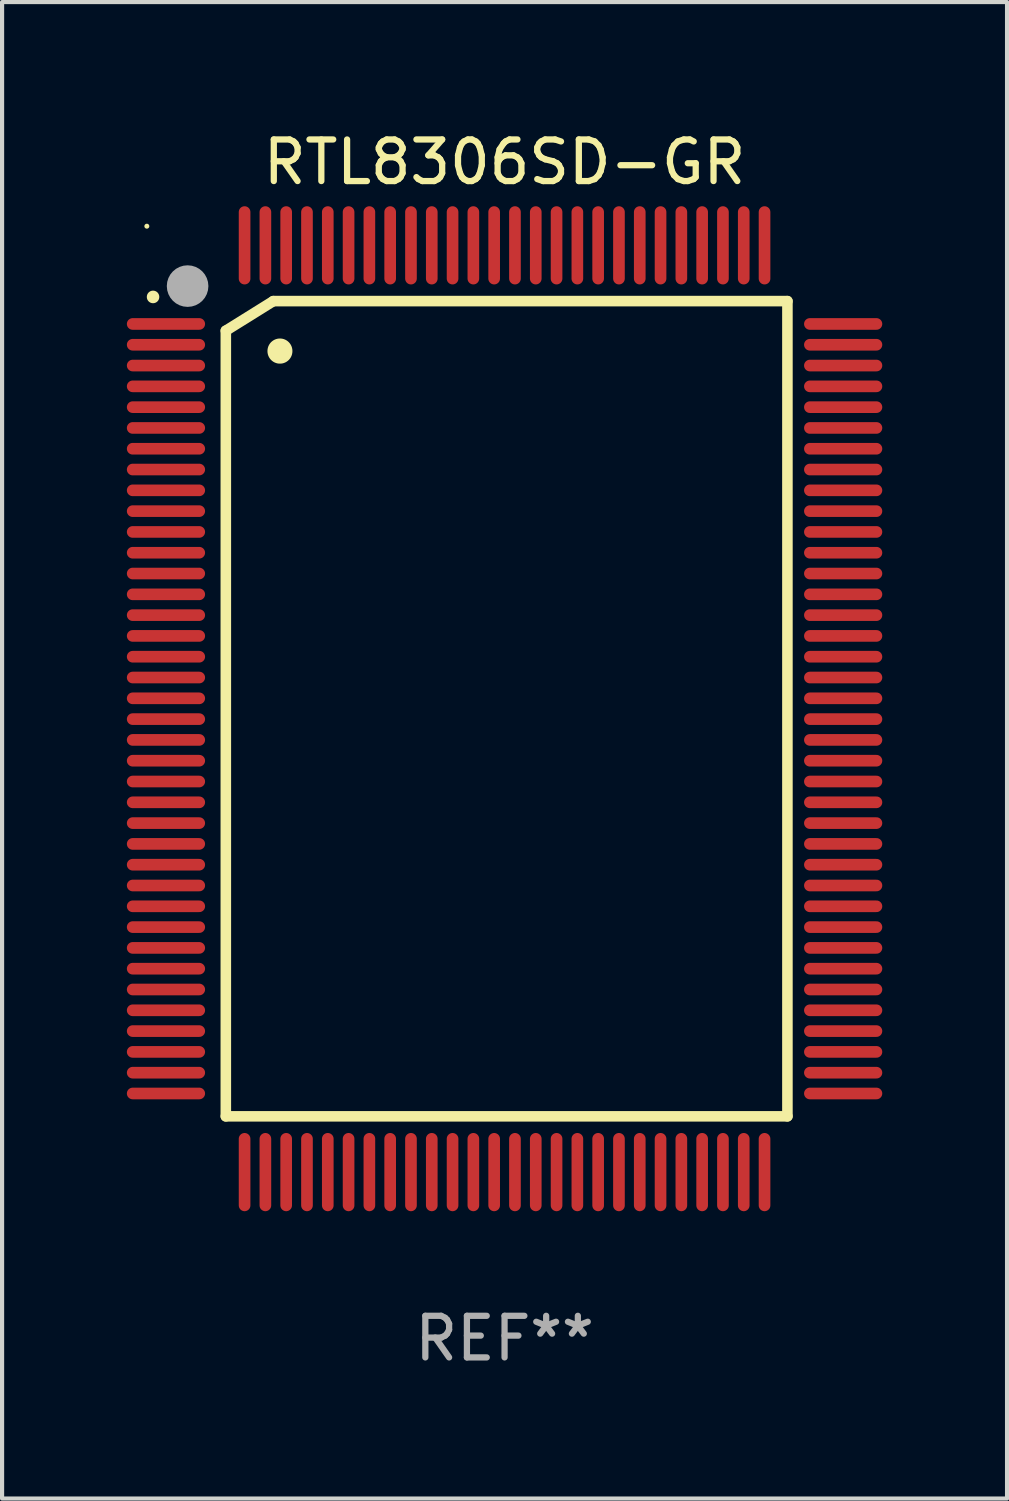
<source format=kicad_pcb>
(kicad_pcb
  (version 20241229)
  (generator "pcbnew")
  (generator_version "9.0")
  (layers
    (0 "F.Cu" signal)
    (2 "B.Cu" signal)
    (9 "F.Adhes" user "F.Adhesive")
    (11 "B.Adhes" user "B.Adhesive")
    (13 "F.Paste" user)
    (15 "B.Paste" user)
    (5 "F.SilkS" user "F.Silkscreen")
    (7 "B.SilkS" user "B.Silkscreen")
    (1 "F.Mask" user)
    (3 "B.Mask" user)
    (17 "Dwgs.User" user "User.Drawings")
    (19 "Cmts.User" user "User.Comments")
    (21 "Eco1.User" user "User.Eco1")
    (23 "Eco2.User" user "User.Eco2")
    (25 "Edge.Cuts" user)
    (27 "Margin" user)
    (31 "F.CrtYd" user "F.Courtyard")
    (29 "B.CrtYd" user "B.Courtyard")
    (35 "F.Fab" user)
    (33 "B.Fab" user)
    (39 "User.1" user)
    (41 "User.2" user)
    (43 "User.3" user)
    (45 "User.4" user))
  (footprint "RTL8306SD-GR"
    (layer "F.Cu")
    (at 9.08 13.988)
    (property "Reference" "RTL8306SD-GR" (at 0 -13.14 0) (layer "F.SilkS") (effects (font (size 1 1) (thickness 0.15))))
    (attr through_hole)
    (fp_line (start -6.701 -9.088) (end -6.701 9.799) (stroke (width 0.254) (type solid)) (layer "F.SilkS"))
    (fp_line (start -6.701 9.799) (end 6.8 9.799) (stroke (width 0.254) (type solid)) (layer "F.SilkS"))
    (fp_line (start -5.56 -9.799) (end -6.701 -9.088) (stroke (width 0.254) (type solid)) (layer "F.SilkS"))
    (fp_line (start 6.8 -9.799) (end -5.56 -9.799) (stroke (width 0.254) (type solid)) (layer "F.SilkS"))
    (fp_line (start 6.8 9.799) (end 6.8 -9.799) (stroke (width 0.254) (type solid)) (layer "F.SilkS"))
    (fp_arc (start -8.450597 -9.8984) (mid -8.450602 -9.89967) (end -8.450597 -9.90094) (stroke (width 0.3) (type solid)) (layer "F.SilkS"))
    (fp_arc (start -5.400051 -8.595377) (mid -5.400062 -8.597917) (end -5.400051 -8.600457) (stroke (width 0.6) (type solid)) (layer "F.SilkS"))
    (fp_circle (center -8.6 -11.6) (end -8.57 -11.6) (stroke (width 0.06) (type solid)) (fill no) (layer "F.SilkS"))
    (fp_circle (center -7.62 -10.16) (end -7.37 -10.16) (stroke (width 0.5) (type solid)) (fill no) (layer "F.Fab"))
    (fp_text user "REF**" (at 0 15.14 0) (layer "F.Fab") (effects (font (size 1 1) (thickness 0.15))))
    (pad "1" smd oval (at -8.14 -9.25 90) (size 0.28 1.88) (layers "F.Cu" "F.Mask" "F.Paste"))
    (pad "2" smd oval (at -8.14 -8.75 90) (size 0.28 1.88) (layers "F.Cu" "F.Mask" "F.Paste"))
    (pad "3" smd oval (at -8.14 -8.25 90) (size 0.28 1.88) (layers "F.Cu" "F.Mask" "F.Paste"))
    (pad "4" smd oval (at -8.14 -7.75 90) (size 0.28 1.88) (layers "F.Cu" "F.Mask" "F.Paste"))
    (pad "5" smd oval (at -8.14 -7.25 90) (size 0.28 1.88) (layers "F.Cu" "F.Mask" "F.Paste"))
    (pad "6" smd oval (at -8.14 -6.75 90) (size 0.28 1.88) (layers "F.Cu" "F.Mask" "F.Paste"))
    (pad "7" smd oval (at -8.14 -6.25 90) (size 0.28 1.88) (layers "F.Cu" "F.Mask" "F.Paste"))
    (pad "8" smd oval (at -8.14 -5.75 90) (size 0.28 1.88) (layers "F.Cu" "F.Mask" "F.Paste"))
    (pad "9" smd oval (at -8.14 -5.25 90) (size 0.28 1.88) (layers "F.Cu" "F.Mask" "F.Paste"))
    (pad "10" smd oval (at -8.14 -4.75 90) (size 0.28 1.88) (layers "F.Cu" "F.Mask" "F.Paste"))
    (pad "11" smd oval (at -8.14 -4.25 90) (size 0.28 1.88) (layers "F.Cu" "F.Mask" "F.Paste"))
    (pad "12" smd oval (at -8.14 -3.75 90) (size 0.28 1.88) (layers "F.Cu" "F.Mask" "F.Paste"))
    (pad "13" smd oval (at -8.14 -3.25 90) (size 0.28 1.88) (layers "F.Cu" "F.Mask" "F.Paste"))
    (pad "14" smd oval (at -8.14 -2.75 90) (size 0.28 1.88) (layers "F.Cu" "F.Mask" "F.Paste"))
    (pad "15" smd oval (at -8.14 -2.25 90) (size 0.28 1.88) (layers "F.Cu" "F.Mask" "F.Paste"))
    (pad "16" smd oval (at -8.14 -1.75 90) (size 0.28 1.88) (layers "F.Cu" "F.Mask" "F.Paste"))
    (pad "17" smd oval (at -8.14 -1.25 90) (size 0.28 1.88) (layers "F.Cu" "F.Mask" "F.Paste"))
    (pad "18" smd oval (at -8.14 -0.75 90) (size 0.28 1.88) (layers "F.Cu" "F.Mask" "F.Paste"))
    (pad "19" smd oval (at -8.14 -0.25 90) (size 0.28 1.88) (layers "F.Cu" "F.Mask" "F.Paste"))
    (pad "20" smd oval (at -8.14 0.25 90) (size 0.28 1.88) (layers "F.Cu" "F.Mask" "F.Paste"))
    (pad "21" smd oval (at -8.14 0.75 90) (size 0.28 1.88) (layers "F.Cu" "F.Mask" "F.Paste"))
    (pad "22" smd oval (at -8.14 1.25 90) (size 0.28 1.88) (layers "F.Cu" "F.Mask" "F.Paste"))
    (pad "23" smd oval (at -8.14 1.75 90) (size 0.28 1.88) (layers "F.Cu" "F.Mask" "F.Paste"))
    (pad "24" smd oval (at -8.14 2.25 90) (size 0.28 1.88) (layers "F.Cu" "F.Mask" "F.Paste"))
    (pad "25" smd oval (at -8.14 2.75 90) (size 0.28 1.88) (layers "F.Cu" "F.Mask" "F.Paste"))
    (pad "26" smd oval (at -8.14 3.25 90) (size 0.28 1.88) (layers "F.Cu" "F.Mask" "F.Paste"))
    (pad "27" smd oval (at -8.14 3.75 90) (size 0.28 1.88) (layers "F.Cu" "F.Mask" "F.Paste"))
    (pad "28" smd oval (at -8.14 4.25 90) (size 0.28 1.88) (layers "F.Cu" "F.Mask" "F.Paste"))
    (pad "29" smd oval (at -8.14 4.75 90) (size 0.28 1.88) (layers "F.Cu" "F.Mask" "F.Paste"))
    (pad "30" smd oval (at -8.14 5.25 90) (size 0.28 1.88) (layers "F.Cu" "F.Mask" "F.Paste"))
    (pad "31" smd oval (at -8.14 5.75 90) (size 0.28 1.88) (layers "F.Cu" "F.Mask" "F.Paste"))
    (pad "32" smd oval (at -8.14 6.25 90) (size 0.28 1.88) (layers "F.Cu" "F.Mask" "F.Paste"))
    (pad "33" smd oval (at -8.14 6.75 90) (size 0.28 1.88) (layers "F.Cu" "F.Mask" "F.Paste"))
    (pad "34" smd oval (at -8.14 7.25 90) (size 0.28 1.88) (layers "F.Cu" "F.Mask" "F.Paste"))
    (pad "35" smd oval (at -8.14 7.75 90) (size 0.28 1.88) (layers "F.Cu" "F.Mask" "F.Paste"))
    (pad "36" smd oval (at -8.14 8.25 90) (size 0.28 1.88) (layers "F.Cu" "F.Mask" "F.Paste"))
    (pad "37" smd oval (at -8.14 8.75 90) (size 0.28 1.88) (layers "F.Cu" "F.Mask" "F.Paste"))
    (pad "38" smd oval (at -8.14 9.25 90) (size 0.28 1.88) (layers "F.Cu" "F.Mask" "F.Paste"))
    (pad "39" smd oval (at -6.25 11.14 180) (size 0.28 1.88) (layers "F.Cu" "F.Mask" "F.Paste"))
    (pad "40" smd oval (at -5.75 11.14 180) (size 0.28 1.88) (layers "F.Cu" "F.Mask" "F.Paste"))
    (pad "41" smd oval (at -5.25 11.14 180) (size 0.28 1.88) (layers "F.Cu" "F.Mask" "F.Paste"))
    (pad "42" smd oval (at -4.75 11.14 180) (size 0.28 1.88) (layers "F.Cu" "F.Mask" "F.Paste"))
    (pad "43" smd oval (at -4.25 11.14 180) (size 0.28 1.88) (layers "F.Cu" "F.Mask" "F.Paste"))
    (pad "44" smd oval (at -3.75 11.14 180) (size 0.28 1.88) (layers "F.Cu" "F.Mask" "F.Paste"))
    (pad "45" smd oval (at -3.25 11.14 180) (size 0.28 1.88) (layers "F.Cu" "F.Mask" "F.Paste"))
    (pad "46" smd oval (at -2.75 11.14 180) (size 0.28 1.88) (layers "F.Cu" "F.Mask" "F.Paste"))
    (pad "47" smd oval (at -2.25 11.14 180) (size 0.28 1.88) (layers "F.Cu" "F.Mask" "F.Paste"))
    (pad "48" smd oval (at -1.75 11.14 180) (size 0.28 1.88) (layers "F.Cu" "F.Mask" "F.Paste"))
    (pad "49" smd oval (at -1.25 11.14 180) (size 0.28 1.88) (layers "F.Cu" "F.Mask" "F.Paste"))
    (pad "50" smd oval (at -0.75 11.14 180) (size 0.28 1.88) (layers "F.Cu" "F.Mask" "F.Paste"))
    (pad "51" smd oval (at -0.25 11.14 180) (size 0.28 1.88) (layers "F.Cu" "F.Mask" "F.Paste"))
    (pad "52" smd oval (at 0.25 11.14 180) (size 0.28 1.88) (layers "F.Cu" "F.Mask" "F.Paste"))
    (pad "53" smd oval (at 0.75 11.14 180) (size 0.28 1.88) (layers "F.Cu" "F.Mask" "F.Paste"))
    (pad "54" smd oval (at 1.25 11.14 180) (size 0.28 1.88) (layers "F.Cu" "F.Mask" "F.Paste"))
    (pad "55" smd oval (at 1.75 11.14 180) (size 0.28 1.88) (layers "F.Cu" "F.Mask" "F.Paste"))
    (pad "56" smd oval (at 2.25 11.14 180) (size 0.28 1.88) (layers "F.Cu" "F.Mask" "F.Paste"))
    (pad "57" smd oval (at 2.75 11.14 180) (size 0.28 1.88) (layers "F.Cu" "F.Mask" "F.Paste"))
    (pad "58" smd oval (at 3.25 11.14 180) (size 0.28 1.88) (layers "F.Cu" "F.Mask" "F.Paste"))
    (pad "59" smd oval (at 3.75 11.14 180) (size 0.28 1.88) (layers "F.Cu" "F.Mask" "F.Paste"))
    (pad "60" smd oval (at 4.25 11.14 180) (size 0.28 1.88) (layers "F.Cu" "F.Mask" "F.Paste"))
    (pad "61" smd oval (at 4.75 11.14 180) (size 0.28 1.88) (layers "F.Cu" "F.Mask" "F.Paste"))
    (pad "62" smd oval (at 5.25 11.14 180) (size 0.28 1.88) (layers "F.Cu" "F.Mask" "F.Paste"))
    (pad "63" smd oval (at 5.75 11.14 180) (size 0.28 1.88) (layers "F.Cu" "F.Mask" "F.Paste"))
    (pad "64" smd oval (at 6.25 11.14 180) (size 0.28 1.88) (layers "F.Cu" "F.Mask" "F.Paste"))
    (pad "65" smd oval (at 8.14 9.25 270) (size 0.28 1.88) (layers "F.Cu" "F.Mask" "F.Paste"))
    (pad "66" smd oval (at 8.14 8.75 270) (size 0.28 1.88) (layers "F.Cu" "F.Mask" "F.Paste"))
    (pad "67" smd oval (at 8.14 8.25 270) (size 0.28 1.88) (layers "F.Cu" "F.Mask" "F.Paste"))
    (pad "68" smd oval (at 8.14 7.75 270) (size 0.28 1.88) (layers "F.Cu" "F.Mask" "F.Paste"))
    (pad "69" smd oval (at 8.14 7.25 270) (size 0.28 1.88) (layers "F.Cu" "F.Mask" "F.Paste"))
    (pad "70" smd oval (at 8.14 6.75 270) (size 0.28 1.88) (layers "F.Cu" "F.Mask" "F.Paste"))
    (pad "71" smd oval (at 8.14 6.25 270) (size 0.28 1.88) (layers "F.Cu" "F.Mask" "F.Paste"))
    (pad "72" smd oval (at 8.14 5.75 270) (size 0.28 1.88) (layers "F.Cu" "F.Mask" "F.Paste"))
    (pad "73" smd oval (at 8.14 5.25 270) (size 0.28 1.88) (layers "F.Cu" "F.Mask" "F.Paste"))
    (pad "74" smd oval (at 8.14 4.75 270) (size 0.28 1.88) (layers "F.Cu" "F.Mask" "F.Paste"))
    (pad "75" smd oval (at 8.14 4.25 270) (size 0.28 1.88) (layers "F.Cu" "F.Mask" "F.Paste"))
    (pad "76" smd oval (at 8.14 3.75 270) (size 0.28 1.88) (layers "F.Cu" "F.Mask" "F.Paste"))
    (pad "77" smd oval (at 8.14 3.25 270) (size 0.28 1.88) (layers "F.Cu" "F.Mask" "F.Paste"))
    (pad "78" smd oval (at 8.14 2.75 270) (size 0.28 1.88) (layers "F.Cu" "F.Mask" "F.Paste"))
    (pad "79" smd oval (at 8.14 2.25 270) (size 0.28 1.88) (layers "F.Cu" "F.Mask" "F.Paste"))
    (pad "80" smd oval (at 8.14 1.75 270) (size 0.28 1.88) (layers "F.Cu" "F.Mask" "F.Paste"))
    (pad "81" smd oval (at 8.14 1.25 270) (size 0.28 1.88) (layers "F.Cu" "F.Mask" "F.Paste"))
    (pad "82" smd oval (at 8.14 0.75 270) (size 0.28 1.88) (layers "F.Cu" "F.Mask" "F.Paste"))
    (pad "83" smd oval (at 8.14 0.25 270) (size 0.28 1.88) (layers "F.Cu" "F.Mask" "F.Paste"))
    (pad "84" smd oval (at 8.14 -0.25 270) (size 0.28 1.88) (layers "F.Cu" "F.Mask" "F.Paste"))
    (pad "85" smd oval (at 8.14 -0.75 270) (size 0.28 1.88) (layers "F.Cu" "F.Mask" "F.Paste"))
    (pad "86" smd oval (at 8.14 -1.25 270) (size 0.28 1.88) (layers "F.Cu" "F.Mask" "F.Paste"))
    (pad "87" smd oval (at 8.14 -1.75 270) (size 0.28 1.88) (layers "F.Cu" "F.Mask" "F.Paste"))
    (pad "88" smd oval (at 8.14 -2.25 270) (size 0.28 1.88) (layers "F.Cu" "F.Mask" "F.Paste"))
    (pad "89" smd oval (at 8.14 -2.75 270) (size 0.28 1.88) (layers "F.Cu" "F.Mask" "F.Paste"))
    (pad "90" smd oval (at 8.14 -3.25 270) (size 0.28 1.88) (layers "F.Cu" "F.Mask" "F.Paste"))
    (pad "91" smd oval (at 8.14 -3.75 270) (size 0.28 1.88) (layers "F.Cu" "F.Mask" "F.Paste"))
    (pad "92" smd oval (at 8.14 -4.25 270) (size 0.28 1.88) (layers "F.Cu" "F.Mask" "F.Paste"))
    (pad "93" smd oval (at 8.14 -4.75 270) (size 0.28 1.88) (layers "F.Cu" "F.Mask" "F.Paste"))
    (pad "94" smd oval (at 8.14 -5.25 270) (size 0.28 1.88) (layers "F.Cu" "F.Mask" "F.Paste"))
    (pad "95" smd oval (at 8.14 -5.75 270) (size 0.28 1.88) (layers "F.Cu" "F.Mask" "F.Paste"))
    (pad "96" smd oval (at 8.14 -6.25 270) (size 0.28 1.88) (layers "F.Cu" "F.Mask" "F.Paste"))
    (pad "97" smd oval (at 8.14 -6.75 270) (size 0.28 1.88) (layers "F.Cu" "F.Mask" "F.Paste"))
    (pad "98" smd oval (at 8.14 -7.25 270) (size 0.28 1.88) (layers "F.Cu" "F.Mask" "F.Paste"))
    (pad "99" smd oval (at 8.14 -7.75 270) (size 0.28 1.88) (layers "F.Cu" "F.Mask" "F.Paste"))
    (pad "100" smd oval (at 8.14 -8.25 270) (size 0.28 1.88) (layers "F.Cu" "F.Mask" "F.Paste"))
    (pad "101" smd oval (at 8.14 -8.75 270) (size 0.28 1.88) (layers "F.Cu" "F.Mask" "F.Paste"))
    (pad "102" smd oval (at 8.14 -9.25 270) (size 0.28 1.88) (layers "F.Cu" "F.Mask" "F.Paste"))
    (pad "103" smd oval (at 6.25 -11.14) (size 0.28 1.88) (layers "F.Cu" "F.Mask" "F.Paste"))
    (pad "104" smd oval (at 5.75 -11.14) (size 0.28 1.88) (layers "F.Cu" "F.Mask" "F.Paste"))
    (pad "105" smd oval (at 5.25 -11.14) (size 0.28 1.88) (layers "F.Cu" "F.Mask" "F.Paste"))
    (pad "106" smd oval (at 4.75 -11.14) (size 0.28 1.88) (layers "F.Cu" "F.Mask" "F.Paste"))
    (pad "107" smd oval (at 4.25 -11.14) (size 0.28 1.88) (layers "F.Cu" "F.Mask" "F.Paste"))
    (pad "108" smd oval (at 3.75 -11.14) (size 0.28 1.88) (layers "F.Cu" "F.Mask" "F.Paste"))
    (pad "109" smd oval (at 3.25 -11.14) (size 0.28 1.88) (layers "F.Cu" "F.Mask" "F.Paste"))
    (pad "110" smd oval (at 2.75 -11.14) (size 0.28 1.88) (layers "F.Cu" "F.Mask" "F.Paste"))
    (pad "111" smd oval (at 2.25 -11.14) (size 0.28 1.88) (layers "F.Cu" "F.Mask" "F.Paste"))
    (pad "112" smd oval (at 1.75 -11.14) (size 0.28 1.88) (layers "F.Cu" "F.Mask" "F.Paste"))
    (pad "113" smd oval (at 1.25 -11.14) (size 0.28 1.88) (layers "F.Cu" "F.Mask" "F.Paste"))
    (pad "114" smd oval (at 0.75 -11.14) (size 0.28 1.88) (layers "F.Cu" "F.Mask" "F.Paste"))
    (pad "115" smd oval (at 0.25 -11.14) (size 0.28 1.88) (layers "F.Cu" "F.Mask" "F.Paste"))
    (pad "116" smd oval (at -0.25 -11.14) (size 0.28 1.88) (layers "F.Cu" "F.Mask" "F.Paste"))
    (pad "117" smd oval (at -0.75 -11.14) (size 0.28 1.88) (layers "F.Cu" "F.Mask" "F.Paste"))
    (pad "118" smd oval (at -1.25 -11.14) (size 0.28 1.88) (layers "F.Cu" "F.Mask" "F.Paste"))
    (pad "119" smd oval (at -1.75 -11.14) (size 0.28 1.88) (layers "F.Cu" "F.Mask" "F.Paste"))
    (pad "120" smd oval (at -2.25 -11.14) (size 0.28 1.88) (layers "F.Cu" "F.Mask" "F.Paste"))
    (pad "121" smd oval (at -2.75 -11.14) (size 0.28 1.88) (layers "F.Cu" "F.Mask" "F.Paste"))
    (pad "122" smd oval (at -3.25 -11.14) (size 0.28 1.88) (layers "F.Cu" "F.Mask" "F.Paste"))
    (pad "123" smd oval (at -3.75 -11.14) (size 0.28 1.88) (layers "F.Cu" "F.Mask" "F.Paste"))
    (pad "124" smd oval (at -4.25 -11.14) (size 0.28 1.88) (layers "F.Cu" "F.Mask" "F.Paste"))
    (pad "125" smd oval (at -4.75 -11.14) (size 0.28 1.88) (layers "F.Cu" "F.Mask" "F.Paste"))
    (pad "126" smd oval (at -5.25 -11.14) (size 0.28 1.88) (layers "F.Cu" "F.Mask" "F.Paste"))
    (pad "127" smd oval (at -5.75 -11.14) (size 0.28 1.88) (layers "F.Cu" "F.Mask" "F.Paste"))
    (pad "128" smd oval (at -6.25 -11.14) (size 0.28 1.88) (layers "F.Cu" "F.Mask" "F.Paste")))
  (gr_rect
    (start -3 -3)
    (end 21.16 32.976)
    (stroke (width 0.1) (type default))
    (fill no)
    (layer "Edge.Cuts")))
</source>
